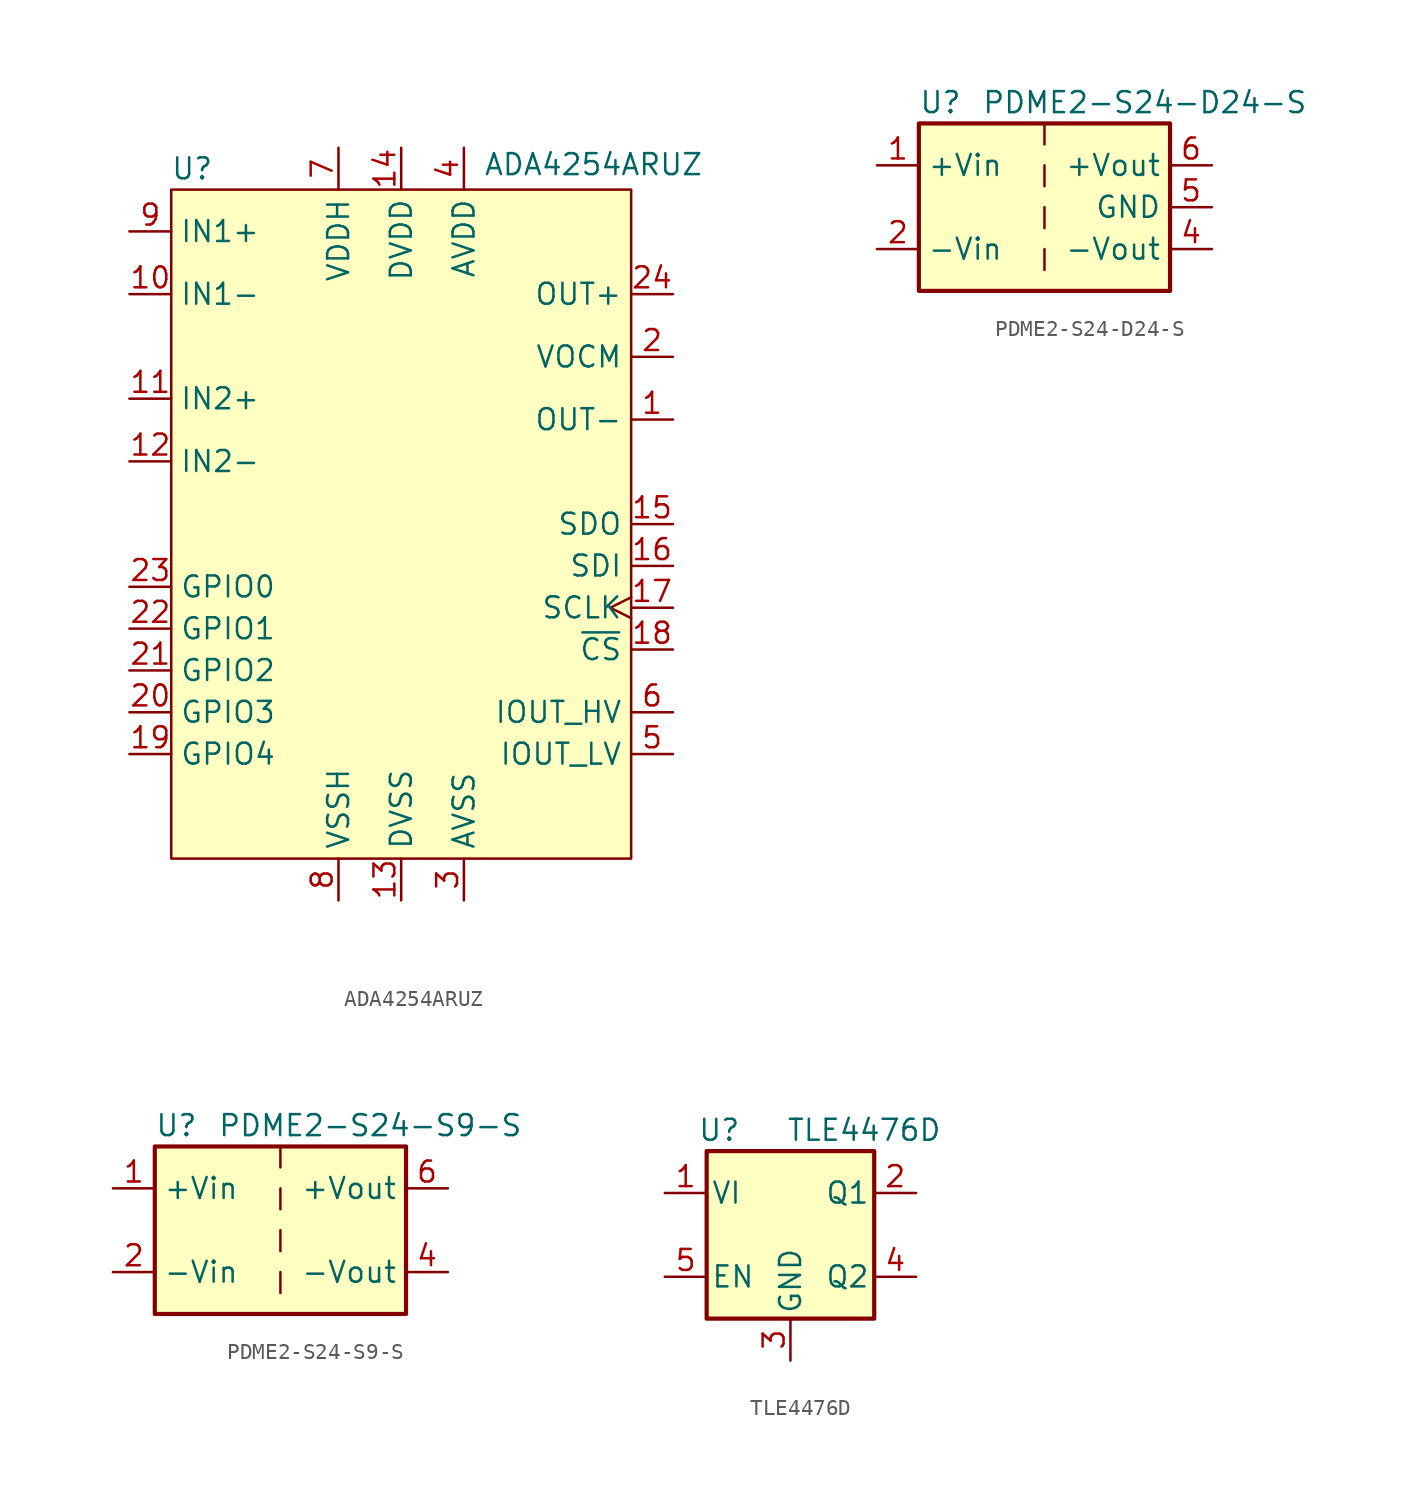
<source format=kicad_sym>
(kicad_symbol_lib
  (version 20231120)
  (generator "kicad_symbol_editor")
  (generator_version "8.0")
  (symbol "ADA4254ARUZ"
    (property "Reference" "U"
      (at -12.7 21.59 0)
      (effects (font (size 1.27 1.27))))
    (property "Value" "ADA4254ARUZ"
      (at 11.684 21.844 0)
      (effects (font (size 1.27 1.27))))
    (symbol "ADA4254ARUZ_0_0"
      (pin output line (at 16.51 6.35 180) (length 2.54) (name "OUT-" (effects (font (size 1.27 1.27)))) (number "1" (effects (font (size 1.27 1.27)))))
      (pin input line (at -16.51 13.97 0) (length 2.54) (name "IN1-" (effects (font (size 1.27 1.27)))) (number "10" (effects (font (size 1.27 1.27)))))
      (pin input line (at -16.51 7.62 0) (length 2.54) (name "IN2+" (effects (font (size 1.27 1.27)))) (number "11" (effects (font (size 1.27 1.27)))))
      (pin input line (at -16.51 3.81 0) (length 2.54) (name "IN2-" (effects (font (size 1.27 1.27)))) (number "12" (effects (font (size 1.27 1.27)))))
      (pin power_in line (at 0 -22.86 90) (length 2.54) (name "DVSS" (effects (font (size 1.27 1.27)))) (number "13" (effects (font (size 1.27 1.27)))))
      (pin power_in line (at 0 22.86 270) (length 2.54) (name "DVDD" (effects (font (size 1.27 1.27)))) (number "14" (effects (font (size 1.27 1.27)))))
      (pin output line (at 16.51 0 180) (length 2.54) (name "SDO" (effects (font (size 1.27 1.27)))) (number "15" (effects (font (size 1.27 1.27)))))
      (pin input line (at 16.51 -2.54 180) (length 2.54) (name "SDI" (effects (font (size 1.27 1.27)))) (number "16" (effects (font (size 1.27 1.27)))))
      (pin input clock (at 16.51 -5.08 180) (length 2.54) (name "SCLK" (effects (font (size 1.27 1.27)))) (number "17" (effects (font (size 1.27 1.27)))))
      (pin bidirectional line (at -16.51 -13.97 0) (length 2.54) (name "GPIO4" (effects (font (size 1.27 1.27)))) (number "19" (effects (font (size 1.27 1.27)))))
      (pin power_in line (at 16.51 10.16 180) (length 2.54) (name "VOCM" (effects (font (size 1.27 1.27)))) (number "2" (effects (font (size 1.27 1.27)))))
      (pin bidirectional line (at -16.51 -11.43 0) (length 2.54) (name "GPIO3" (effects (font (size 1.27 1.27)))) (number "20" (effects (font (size 1.27 1.27)))))
      (pin bidirectional line (at -16.51 -8.89 0) (length 2.54) (name "GPIO2" (effects (font (size 1.27 1.27)))) (number "21" (effects (font (size 1.27 1.27)))))
      (pin bidirectional line (at -16.51 -6.35 0) (length 2.54) (name "GPIO1" (effects (font (size 1.27 1.27)))) (number "22" (effects (font (size 1.27 1.27)))))
      (pin bidirectional line (at -16.51 -3.81 0) (length 2.54) (name "GPIO0" (effects (font (size 1.27 1.27)))) (number "23" (effects (font (size 1.27 1.27)))))
      (pin output line (at 16.51 13.97 180) (length 2.54) (name "OUT+" (effects (font (size 1.27 1.27)))) (number "24" (effects (font (size 1.27 1.27)))))
      (pin power_in line (at 3.81 -22.86 90) (length 2.54) (name "AVSS" (effects (font (size 1.27 1.27)))) (number "3" (effects (font (size 1.27 1.27)))))
      (pin power_in line (at 3.81 22.86 270) (length 2.54) (name "AVDD" (effects (font (size 1.27 1.27)))) (number "4" (effects (font (size 1.27 1.27)))))
      (pin output line (at 16.51 -13.97 180) (length 2.54) (name "IOUT_LV" (effects (font (size 1.27 1.27)))) (number "5" (effects (font (size 1.27 1.27)))))
      (pin output line (at 16.51 -11.43 180) (length 2.54) (name "IOUT_HV" (effects (font (size 1.27 1.27)))) (number "6" (effects (font (size 1.27 1.27)))))
      (pin power_in line (at -3.81 22.86 270) (length 2.54) (name "VDDH" (effects (font (size 1.27 1.27)))) (number "7" (effects (font (size 1.27 1.27)))))
      (pin power_in line (at -3.81 -22.86 90) (length 2.54) (name "VSSH" (effects (font (size 1.27 1.27)))) (number "8" (effects (font (size 1.27 1.27)))))
      (pin input line (at -16.51 17.78 0) (length 2.54) (name "IN1+" (effects (font (size 1.27 1.27)))) (number "9" (effects (font (size 1.27 1.27))))))
    (symbol "ADA4254ARUZ_1_0"
      (pin input line (at 16.51 -7.62 180) (length 2.54) (name "~{CS}" (effects (font (size 1.27 1.27)))) (number "18" (effects (font (size 1.27 1.27))))))
    (symbol "ADA4254ARUZ_1_1"
      (rectangle (start -13.97 20.32) (end 13.97 -20.32) (stroke (width 0) (type default)) (fill (type background)))))
  (symbol "PDME2-S24-D24-S"
    (property "Reference" "U"
      (at -7.62 6.35 0)
      (effects (font (size 1.27 1.27)) (justify left)))
    (property "Value" "PDME2-S24-D24-S"
      (at -3.81 6.35 0)
      (effects (font (size 1.27 1.27)) (justify left)))
    (symbol "PDME2-S24-D24-S_0_1"
      (rectangle (start -7.62 5.08) (end 7.62 -5.08) (stroke (width 0.254) (type default)) (fill (type background)))
      (polyline (pts (xy 0 -2.54) (xy 0 -3.81)) (stroke (width 0) (type default)) (fill (type none)))
      (polyline (pts (xy 0 0) (xy 0 -1.27)) (stroke (width 0) (type default)) (fill (type none)))
      (polyline (pts (xy 0 2.54) (xy 0 1.27)) (stroke (width 0) (type default)) (fill (type none)))
      (polyline (pts (xy 0 5.08) (xy 0 3.81)) (stroke (width 0) (type default)) (fill (type none))))
    (symbol "PDME2-S24-D24-S_1_1"
      (pin power_in line (at -10.16 2.54 0) (length 2.54) (name "+Vin" (effects (font (size 1.27 1.27)))) (number "1" (effects (font (size 1.27 1.27)))))
      (pin power_in line (at -10.16 -2.54 0) (length 2.54) (name "-Vin" (effects (font (size 1.27 1.27)))) (number "2" (effects (font (size 1.27 1.27)))))
      (pin power_out line (at 10.16 -2.54 180) (length 2.54) (name "-Vout" (effects (font (size 1.27 1.27)))) (number "4" (effects (font (size 1.27 1.27)))))
      (pin power_out line (at 10.16 0 180) (length 2.54) (name "GND" (effects (font (size 1.27 1.27)))) (number "5" (effects (font (size 1.27 1.27)))))
      (pin power_out line (at 10.16 2.54 180) (length 2.54) (name "+Vout" (effects (font (size 1.27 1.27)))) (number "6" (effects (font (size 1.27 1.27)))))))
  (symbol "PDME2-S24-S9-S"
    (property "Reference" "U"
      (at -7.62 6.35 0)
      (effects (font (size 1.27 1.27)) (justify left)))
    (property "Value" "PDME2-S24-S9-S"
      (at -3.81 6.35 0)
      (effects (font (size 1.27 1.27)) (justify left)))
    (symbol "PDME2-S24-S9-S_0_1"
      (rectangle (start -7.62 5.08) (end 7.62 -5.08) (stroke (width 0.254) (type default)) (fill (type background)))
      (polyline (pts (xy 0 -2.54) (xy 0 -3.81)) (stroke (width 0) (type default)) (fill (type none)))
      (polyline (pts (xy 0 0) (xy 0 -1.27)) (stroke (width 0) (type default)) (fill (type none)))
      (polyline (pts (xy 0 2.54) (xy 0 1.27)) (stroke (width 0) (type default)) (fill (type none)))
      (polyline (pts (xy 0 5.08) (xy 0 3.81)) (stroke (width 0) (type default)) (fill (type none))))
    (symbol "PDME2-S24-S9-S_1_1"
      (pin power_in line (at -10.16 2.54 0) (length 2.54) (name "+Vin" (effects (font (size 1.27 1.27)))) (number "1" (effects (font (size 1.27 1.27)))))
      (pin power_in line (at -10.16 -2.54 0) (length 2.54) (name "-Vin" (effects (font (size 1.27 1.27)))) (number "2" (effects (font (size 1.27 1.27)))))
      (pin power_out line (at 10.16 -2.54 180) (length 2.54) (name "-Vout" (effects (font (size 1.27 1.27)))) (number "4" (effects (font (size 1.27 1.27)))))
      (pin power_out line (at 10.16 2.54 180) (length 2.54) (name "+Vout" (effects (font (size 1.27 1.27)))) (number "6" (effects (font (size 1.27 1.27)))))))
  (symbol "TLE4476D"
    (pin_names
      (offset 0.254))
    (property "Reference" "U"
      (at -4.318 6.35 0)
      (effects (font (size 1.27 1.27))))
    (property "Value" "TLE4476D"
      (at -0.254 6.35 0)
      (effects (font (size 1.27 1.27)) (justify left)))
    (symbol "TLE4476D_0_1"
      (rectangle (start -5.08 5.08) (end 5.08 -5.08) (stroke (width 0.254) (type default)) (fill (type background))))
    (symbol "TLE4476D_1_1"
      (pin power_in line (at -7.62 2.54 0) (length 2.54) (name "VI" (effects (font (size 1.27 1.27)))) (number "1" (effects (font (size 1.27 1.27)))))
      (pin power_out line (at 7.62 2.54 180) (length 2.54) (name "Q1" (effects (font (size 1.27 1.27)))) (number "2" (effects (font (size 1.27 1.27)))))
      (pin passive line (at 0 -7.62 90) (length 2.54) (name "GND" (effects (font (size 1.27 1.27)))) (number "3" (effects (font (size 1.27 1.27)))))
      (pin power_out line (at 7.62 -2.54 180) (length 2.54) (name "Q2" (effects (font (size 1.27 1.27)))) (number "4" (effects (font (size 1.27 1.27)))))
      (pin input line (at -7.62 -2.54 0) (length 2.54) (name "EN" (effects (font (size 1.27 1.27)))) (number "5" (effects (font (size 1.27 1.27))))))))
</source>
